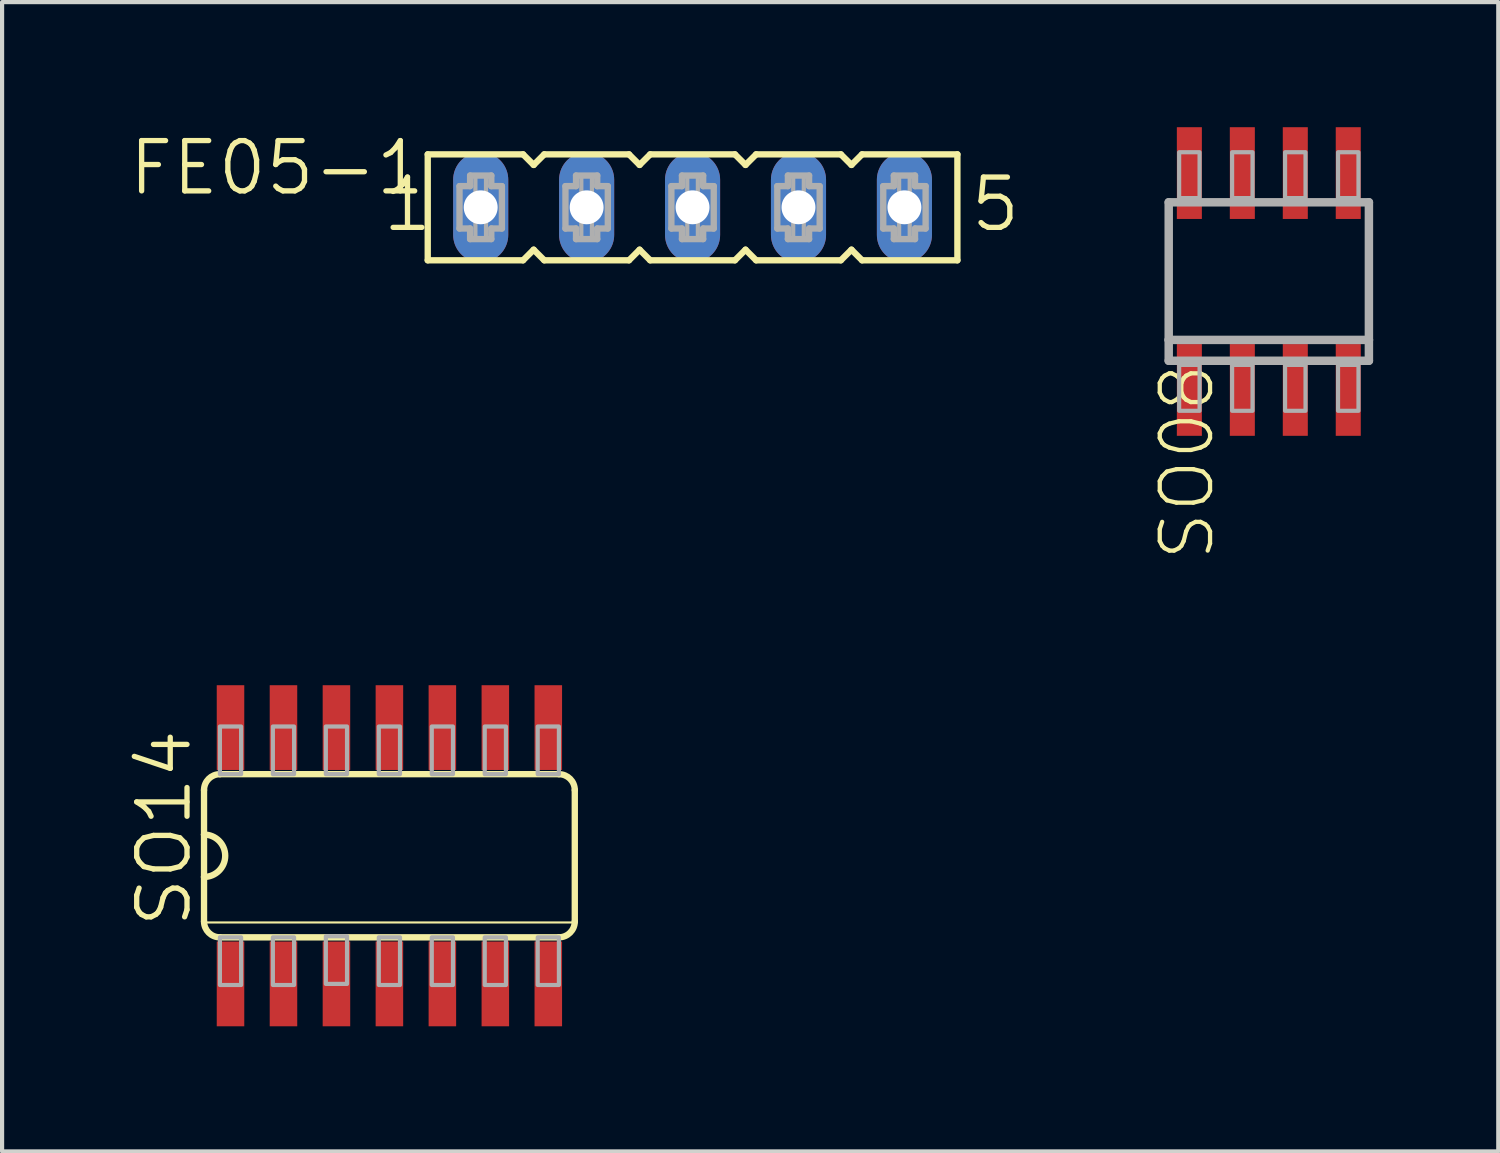
<source format=kicad_pcb>
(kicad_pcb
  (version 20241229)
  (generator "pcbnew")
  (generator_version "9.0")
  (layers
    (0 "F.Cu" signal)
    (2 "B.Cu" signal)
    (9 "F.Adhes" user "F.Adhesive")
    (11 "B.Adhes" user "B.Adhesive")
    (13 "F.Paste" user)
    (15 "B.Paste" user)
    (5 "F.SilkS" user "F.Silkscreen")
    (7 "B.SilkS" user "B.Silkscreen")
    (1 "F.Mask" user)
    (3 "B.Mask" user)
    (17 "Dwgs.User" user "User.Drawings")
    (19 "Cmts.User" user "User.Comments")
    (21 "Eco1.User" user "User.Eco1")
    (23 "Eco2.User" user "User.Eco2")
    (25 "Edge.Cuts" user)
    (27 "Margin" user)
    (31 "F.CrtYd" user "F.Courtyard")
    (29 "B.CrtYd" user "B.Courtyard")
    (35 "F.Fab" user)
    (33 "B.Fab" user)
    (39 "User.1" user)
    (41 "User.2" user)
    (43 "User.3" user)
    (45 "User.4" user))
  (footprint "SO08"
    (layer "F.Cu")
    (at 27.373 3.7)
    (property "Reference" "SO08" (at -2.667 1.905 90) (layer "F.SilkS") (effects (font (size 1.206 1.206) (thickness 0.102)) (justify right top)))
    (attr through_hole)
    (fp_line (start -2.4 -1.9) (end 2.4 -1.9) (stroke (width 0.203) (type solid)) (layer "F.Fab"))
    (fp_line (start -2.4 1.4) (end -2.4 -1.9) (stroke (width 0.203) (type solid)) (layer "F.Fab"))
    (fp_line (start -2.4 1.9) (end -2.4 1.4) (stroke (width 0.203) (type solid)) (layer "F.Fab"))
    (fp_line (start 2.4 -1.9) (end 2.4 1.4) (stroke (width 0.203) (type solid)) (layer "F.Fab"))
    (fp_line (start 2.4 1.4) (end -2.4 1.4) (stroke (width 0.203) (type solid)) (layer "F.Fab"))
    (fp_line (start 2.4 1.4) (end 2.4 1.9) (stroke (width 0.203) (type solid)) (layer "F.Fab"))
    (fp_line (start 2.4 1.9) (end -2.4 1.9) (stroke (width 0.203) (type solid)) (layer "F.Fab"))
    (fp_poly (pts (xy -2.15 -2) (xy -1.66 -2) (xy -1.66 -3.1) (xy -2.15 -3.1)) (stroke (width 0.1) (type solid)) (fill no) (layer "F.Fab"))
    (fp_poly (pts (xy -2.15 3.1) (xy -1.66 3.1) (xy -1.66 2) (xy -2.15 2)) (stroke (width 0.1) (type solid)) (fill no) (layer "F.Fab"))
    (fp_poly (pts (xy -0.88 -2) (xy -0.39 -2) (xy -0.39 -3.1) (xy -0.88 -3.1)) (stroke (width 0.1) (type solid)) (fill no) (layer "F.Fab"))
    (fp_poly (pts (xy -0.88 3.1) (xy -0.39 3.1) (xy -0.39 2) (xy -0.88 2)) (stroke (width 0.1) (type solid)) (fill no) (layer "F.Fab"))
    (fp_poly (pts (xy 0.39 -2) (xy 0.88 -2) (xy 0.88 -3.1) (xy 0.39 -3.1)) (stroke (width 0.1) (type solid)) (fill no) (layer "F.Fab"))
    (fp_poly (pts (xy 0.39 3.1) (xy 0.88 3.1) (xy 0.88 2) (xy 0.39 2)) (stroke (width 0.1) (type solid)) (fill no) (layer "F.Fab"))
    (fp_poly (pts (xy 1.66 -2) (xy 2.15 -2) (xy 2.15 -3.1) (xy 1.66 -3.1)) (stroke (width 0.1) (type solid)) (fill no) (layer "F.Fab"))
    (fp_poly (pts (xy 1.66 3.1) (xy 2.15 3.1) (xy 2.15 2) (xy 1.66 2)) (stroke (width 0.1) (type solid)) (fill no) (layer "F.Fab"))
    (pad "1" smd rect (at -1.905 2.6) (size 0.6 2.2) (layers "F.Cu" "F.Mask" "F.Paste"))
    (pad "2" smd rect (at -0.635 2.6) (size 0.6 2.2) (layers "F.Cu" "F.Mask" "F.Paste"))
    (pad "3" smd rect (at 0.635 2.6) (size 0.6 2.2) (layers "F.Cu" "F.Mask" "F.Paste"))
    (pad "4" smd rect (at 1.905 2.6) (size 0.6 2.2) (layers "F.Cu" "F.Mask" "F.Paste"))
    (pad "5" smd rect (at 1.905 -2.6) (size 0.6 2.2) (layers "F.Cu" "F.Mask" "F.Paste"))
    (pad "6" smd rect (at 0.635 -2.6) (size 0.6 2.2) (layers "F.Cu" "F.Mask" "F.Paste"))
    (pad "7" smd rect (at -0.635 -2.6) (size 0.6 2.2) (layers "F.Cu" "F.Mask" "F.Paste"))
    (pad "8" smd rect (at -1.905 -2.6) (size 0.6 2.2) (layers "F.Cu" "F.Mask" "F.Paste")))
  (footprint "SO14"
    (layer "F.Cu")
    (at 6.287 17.469)
    (property "Reference" "SO14" (at -4.699 1.778 90) (layer "F.SilkS") (effects (font (size 1.206 1.206) (thickness 0.127)) (justify left bottom)))
    (attr through_hole)
    (fp_line (start -4.445 -1.575) (end -4.445 -0.508) (stroke (width 0.152) (type solid)) (layer "F.SilkS"))
    (fp_line (start -4.445 -0.508) (end -4.445 0.508) (stroke (width 0.152) (type solid)) (layer "F.SilkS"))
    (fp_line (start -4.445 0.508) (end -4.445 1.575) (stroke (width 0.152) (type solid)) (layer "F.SilkS"))
    (fp_line (start -4.445 1.6) (end 4.445 1.6) (stroke (width 0.051) (type solid)) (layer "F.SilkS"))
    (fp_line (start -4.064 1.956) (end 4.064 1.956) (stroke (width 0.152) (type solid)) (layer "F.SilkS"))
    (fp_line (start 4.064 -1.956) (end -4.064 -1.956) (stroke (width 0.152) (type solid)) (layer "F.SilkS"))
    (fp_line (start 4.445 1.575) (end 4.445 -1.575) (stroke (width 0.152) (type solid)) (layer "F.SilkS"))
    (fp_arc (start -4.445 -1.5748) (mid -4.333408 -1.844208) (end -4.064 -1.9558) (stroke (width 0.1524) (type solid)) (layer "F.SilkS"))
    (fp_arc (start -4.445 -0.508) (mid -3.937 0) (end -4.445 0.508) (stroke (width 0.1524) (type solid)) (layer "F.SilkS"))
    (fp_arc (start -4.064 1.9558) (mid -4.333408 1.844208) (end -4.445 1.5748) (stroke (width 0.1524) (type solid)) (layer "F.SilkS"))
    (fp_arc (start 4.064 -1.9558) (mid 4.333408 -1.844208) (end 4.445 -1.5748) (stroke (width 0.1524) (type solid)) (layer "F.SilkS"))
    (fp_arc (start 4.445 1.5748) (mid 4.333408 1.844208) (end 4.064 1.9558) (stroke (width 0.1524) (type solid)) (layer "F.SilkS"))
    (fp_poly (pts (xy -4.064 -1.956) (xy -3.556 -1.956) (xy -3.556 -3.099) (xy -4.064 -3.099)) (stroke (width 0.1) (type solid)) (fill no) (layer "F.Fab"))
    (fp_poly (pts (xy -4.064 3.099) (xy -3.556 3.099) (xy -3.556 1.956) (xy -4.064 1.956)) (stroke (width 0.1) (type solid)) (fill no) (layer "F.Fab"))
    (fp_poly (pts (xy -2.794 -1.956) (xy -2.286 -1.956) (xy -2.286 -3.099) (xy -2.794 -3.099)) (stroke (width 0.1) (type solid)) (fill no) (layer "F.Fab"))
    (fp_poly (pts (xy -2.794 3.099) (xy -2.286 3.099) (xy -2.286 1.956) (xy -2.794 1.956)) (stroke (width 0.1) (type solid)) (fill no) (layer "F.Fab"))
    (fp_poly (pts (xy -1.524 -1.956) (xy -1.016 -1.956) (xy -1.016 -3.099) (xy -1.524 -3.099)) (stroke (width 0.1) (type solid)) (fill no) (layer "F.Fab"))
    (fp_poly (pts (xy -1.524 3.073) (xy -1.016 3.073) (xy -1.016 1.93) (xy -1.524 1.93)) (stroke (width 0.1) (type solid)) (fill no) (layer "F.Fab"))
    (fp_poly (pts (xy -0.254 -1.956) (xy 0.254 -1.956) (xy 0.254 -3.099) (xy -0.254 -3.099)) (stroke (width 0.1) (type solid)) (fill no) (layer "F.Fab"))
    (fp_poly (pts (xy -0.254 3.099) (xy 0.254 3.099) (xy 0.254 1.956) (xy -0.254 1.956)) (stroke (width 0.1) (type solid)) (fill no) (layer "F.Fab"))
    (fp_poly (pts (xy 1.016 -1.956) (xy 1.524 -1.956) (xy 1.524 -3.099) (xy 1.016 -3.099)) (stroke (width 0.1) (type solid)) (fill no) (layer "F.Fab"))
    (fp_poly (pts (xy 1.016 3.099) (xy 1.524 3.099) (xy 1.524 1.956) (xy 1.016 1.956)) (stroke (width 0.1) (type solid)) (fill no) (layer "F.Fab"))
    (fp_poly (pts (xy 2.286 -1.956) (xy 2.794 -1.956) (xy 2.794 -3.099) (xy 2.286 -3.099)) (stroke (width 0.1) (type solid)) (fill no) (layer "F.Fab"))
    (fp_poly (pts (xy 2.286 3.099) (xy 2.794 3.099) (xy 2.794 1.956) (xy 2.286 1.956)) (stroke (width 0.1) (type solid)) (fill no) (layer "F.Fab"))
    (fp_poly (pts (xy 3.556 -1.956) (xy 4.064 -1.956) (xy 4.064 -3.099) (xy 3.556 -3.099)) (stroke (width 0.1) (type solid)) (fill no) (layer "F.Fab"))
    (fp_poly (pts (xy 3.556 3.099) (xy 4.064 3.099) (xy 4.064 1.956) (xy 3.556 1.956)) (stroke (width 0.1) (type solid)) (fill no) (layer "F.Fab"))
    (pad "1" smd rect (at -3.81 3.073) (size 0.66 2.032) (layers "F.Cu" "F.Mask" "F.Paste"))
    (pad "2" smd rect (at -2.54 3.073) (size 0.66 2.032) (layers "F.Cu" "F.Mask" "F.Paste"))
    (pad "3" smd rect (at -1.27 3.073) (size 0.66 2.032) (layers "F.Cu" "F.Mask" "F.Paste"))
    (pad "4" smd rect (at 0 3.073) (size 0.66 2.032) (layers "F.Cu" "F.Mask" "F.Paste"))
    (pad "5" smd rect (at 1.27 3.073) (size 0.66 2.032) (layers "F.Cu" "F.Mask" "F.Paste"))
    (pad "6" smd rect (at 2.54 3.073) (size 0.66 2.032) (layers "F.Cu" "F.Mask" "F.Paste"))
    (pad "7" smd rect (at 3.81 3.073) (size 0.66 2.032) (layers "F.Cu" "F.Mask" "F.Paste"))
    (pad "8" smd rect (at 3.81 -3.073) (size 0.66 2.032) (layers "F.Cu" "F.Mask" "F.Paste"))
    (pad "9" smd rect (at 2.54 -3.073) (size 0.66 2.032) (layers "F.Cu" "F.Mask" "F.Paste"))
    (pad "10" smd rect (at 1.27 -3.073) (size 0.66 2.032) (layers "F.Cu" "F.Mask" "F.Paste"))
    (pad "11" smd rect (at 0 -3.073) (size 0.66 2.032) (layers "F.Cu" "F.Mask" "F.Paste"))
    (pad "12" smd rect (at -1.27 -3.073) (size 0.66 2.032) (layers "F.Cu" "F.Mask" "F.Paste"))
    (pad "13" smd rect (at -2.54 -3.073) (size 0.66 2.032) (layers "F.Cu" "F.Mask" "F.Paste"))
    (pad "14" smd rect (at -3.81 -3.073) (size 0.66 2.032) (layers "F.Cu" "F.Mask" "F.Paste")))
  (footprint "FE05-1"
    (layer "F.Cu")
    (at 13.556 1.921)
    (property "Reference" "FE05-1" (at -6.35 -1.651 0) (layer "F.SilkS") (effects (font (size 1.206 1.206) (thickness 0.127)) (justify right top)))
    (attr through_hole)
    (fp_line (start -6.35 -1.27) (end -6.35 1.27) (stroke (width 0.152) (type solid)) (layer "F.SilkS"))
    (fp_line (start -6.35 1.27) (end -4.064 1.27) (stroke (width 0.152) (type solid)) (layer "F.SilkS"))
    (fp_line (start -4.064 -1.27) (end -6.35 -1.27) (stroke (width 0.152) (type solid)) (layer "F.SilkS"))
    (fp_line (start -4.064 1.27) (end -3.81 1.016) (stroke (width 0.152) (type solid)) (layer "F.SilkS"))
    (fp_line (start -3.81 -1.016) (end -4.064 -1.27) (stroke (width 0.152) (type solid)) (layer "F.SilkS"))
    (fp_line (start -3.81 1.016) (end -3.556 1.27) (stroke (width 0.152) (type solid)) (layer "F.SilkS"))
    (fp_line (start -3.556 -1.27) (end -3.81 -1.016) (stroke (width 0.152) (type solid)) (layer "F.SilkS"))
    (fp_line (start -3.556 1.27) (end -1.524 1.27) (stroke (width 0.152) (type solid)) (layer "F.SilkS"))
    (fp_line (start -1.524 -1.27) (end -3.556 -1.27) (stroke (width 0.152) (type solid)) (layer "F.SilkS"))
    (fp_line (start -1.524 1.27) (end -1.27 1.016) (stroke (width 0.152) (type solid)) (layer "F.SilkS"))
    (fp_line (start -1.27 -1.016) (end -1.524 -1.27) (stroke (width 0.152) (type solid)) (layer "F.SilkS"))
    (fp_line (start -1.27 1.016) (end -1.016 1.27) (stroke (width 0.152) (type solid)) (layer "F.SilkS"))
    (fp_line (start -1.016 -1.27) (end -1.27 -1.016) (stroke (width 0.152) (type solid)) (layer "F.SilkS"))
    (fp_line (start -1.016 1.27) (end 1.016 1.27) (stroke (width 0.152) (type solid)) (layer "F.SilkS"))
    (fp_line (start 1.016 -1.27) (end -1.016 -1.27) (stroke (width 0.152) (type solid)) (layer "F.SilkS"))
    (fp_line (start 1.016 1.27) (end 1.27 1.016) (stroke (width 0.152) (type solid)) (layer "F.SilkS"))
    (fp_line (start 1.27 -1.016) (end 1.016 -1.27) (stroke (width 0.152) (type solid)) (layer "F.SilkS"))
    (fp_line (start 1.27 1.016) (end 1.524 1.27) (stroke (width 0.152) (type solid)) (layer "F.SilkS"))
    (fp_line (start 1.524 -1.27) (end 1.27 -1.016) (stroke (width 0.152) (type solid)) (layer "F.SilkS"))
    (fp_line (start 1.524 1.27) (end 3.556 1.27) (stroke (width 0.152) (type solid)) (layer "F.SilkS"))
    (fp_line (start 3.556 -1.27) (end 1.524 -1.27) (stroke (width 0.152) (type solid)) (layer "F.SilkS"))
    (fp_line (start 3.556 1.27) (end 3.81 1.016) (stroke (width 0.152) (type solid)) (layer "F.SilkS"))
    (fp_line (start 3.81 -1.016) (end 3.556 -1.27) (stroke (width 0.152) (type solid)) (layer "F.SilkS"))
    (fp_line (start 3.81 1.016) (end 4.064 1.27) (stroke (width 0.152) (type solid)) (layer "F.SilkS"))
    (fp_line (start 4.064 -1.27) (end 3.81 -1.016) (stroke (width 0.152) (type solid)) (layer "F.SilkS"))
    (fp_line (start 4.064 1.27) (end 6.35 1.27) (stroke (width 0.152) (type solid)) (layer "F.SilkS"))
    (fp_line (start 6.35 -1.27) (end 4.064 -1.27) (stroke (width 0.152) (type solid)) (layer "F.SilkS"))
    (fp_line (start 6.35 1.27) (end 6.35 -1.27) (stroke (width 0.152) (type solid)) (layer "F.SilkS"))
    (fp_line (start -5.588 -0.508) (end -5.588 0.508) (stroke (width 0.152) (type solid)) (layer "F.Fab"))
    (fp_line (start -5.588 0.508) (end -5.334 0.508) (stroke (width 0.152) (type solid)) (layer "F.Fab"))
    (fp_line (start -5.334 -0.762) (end -5.334 -0.508) (stroke (width 0.152) (type solid)) (layer "F.Fab"))
    (fp_line (start -5.334 -0.508) (end -5.588 -0.508) (stroke (width 0.152) (type solid)) (layer "F.Fab"))
    (fp_line (start -5.334 0.508) (end -5.334 0.762) (stroke (width 0.152) (type solid)) (layer "F.Fab"))
    (fp_line (start -5.334 0.762) (end -4.826 0.762) (stroke (width 0.152) (type solid)) (layer "F.Fab"))
    (fp_line (start -4.826 -0.762) (end -5.334 -0.762) (stroke (width 0.152) (type solid)) (layer "F.Fab"))
    (fp_line (start -4.826 -0.508) (end -4.826 -0.762) (stroke (width 0.152) (type solid)) (layer "F.Fab"))
    (fp_line (start -4.826 0.508) (end -4.572 0.508) (stroke (width 0.152) (type solid)) (layer "F.Fab"))
    (fp_line (start -4.826 0.762) (end -4.826 0.508) (stroke (width 0.152) (type solid)) (layer "F.Fab"))
    (fp_line (start -4.572 -0.508) (end -4.826 -0.508) (stroke (width 0.152) (type solid)) (layer "F.Fab"))
    (fp_line (start -4.572 0.508) (end -4.572 -0.508) (stroke (width 0.152) (type solid)) (layer "F.Fab"))
    (fp_line (start -3.048 -0.508) (end -3.048 0.508) (stroke (width 0.152) (type solid)) (layer "F.Fab"))
    (fp_line (start -3.048 0.508) (end -2.794 0.508) (stroke (width 0.152) (type solid)) (layer "F.Fab"))
    (fp_line (start -2.794 -0.762) (end -2.794 -0.508) (stroke (width 0.152) (type solid)) (layer "F.Fab"))
    (fp_line (start -2.794 -0.508) (end -3.048 -0.508) (stroke (width 0.152) (type solid)) (layer "F.Fab"))
    (fp_line (start -2.794 0.508) (end -2.794 0.762) (stroke (width 0.152) (type solid)) (layer "F.Fab"))
    (fp_line (start -2.794 0.762) (end -2.286 0.762) (stroke (width 0.152) (type solid)) (layer "F.Fab"))
    (fp_line (start -2.286 -0.762) (end -2.794 -0.762) (stroke (width 0.152) (type solid)) (layer "F.Fab"))
    (fp_line (start -2.286 -0.508) (end -2.286 -0.762) (stroke (width 0.152) (type solid)) (layer "F.Fab"))
    (fp_line (start -2.286 0.508) (end -2.032 0.508) (stroke (width 0.152) (type solid)) (layer "F.Fab"))
    (fp_line (start -2.286 0.762) (end -2.286 0.508) (stroke (width 0.152) (type solid)) (layer "F.Fab"))
    (fp_line (start -2.032 -0.508) (end -2.286 -0.508) (stroke (width 0.152) (type solid)) (layer "F.Fab"))
    (fp_line (start -2.032 0.508) (end -2.032 -0.508) (stroke (width 0.152) (type solid)) (layer "F.Fab"))
    (fp_line (start -0.508 -0.508) (end -0.508 0.508) (stroke (width 0.152) (type solid)) (layer "F.Fab"))
    (fp_line (start -0.508 0.508) (end -0.254 0.508) (stroke (width 0.152) (type solid)) (layer "F.Fab"))
    (fp_line (start -0.254 -0.762) (end -0.254 -0.508) (stroke (width 0.152) (type solid)) (layer "F.Fab"))
    (fp_line (start -0.254 -0.508) (end -0.508 -0.508) (stroke (width 0.152) (type solid)) (layer "F.Fab"))
    (fp_line (start -0.254 0.508) (end -0.254 0.762) (stroke (width 0.152) (type solid)) (layer "F.Fab"))
    (fp_line (start -0.254 0.762) (end 0.254 0.762) (stroke (width 0.152) (type solid)) (layer "F.Fab"))
    (fp_line (start 0.254 -0.762) (end -0.254 -0.762) (stroke (width 0.152) (type solid)) (layer "F.Fab"))
    (fp_line (start 0.254 -0.508) (end 0.254 -0.762) (stroke (width 0.152) (type solid)) (layer "F.Fab"))
    (fp_line (start 0.254 0.508) (end 0.508 0.508) (stroke (width 0.152) (type solid)) (layer "F.Fab"))
    (fp_line (start 0.254 0.762) (end 0.254 0.508) (stroke (width 0.152) (type solid)) (layer "F.Fab"))
    (fp_line (start 0.508 -0.508) (end 0.254 -0.508) (stroke (width 0.152) (type solid)) (layer "F.Fab"))
    (fp_line (start 0.508 0.508) (end 0.508 -0.508) (stroke (width 0.152) (type solid)) (layer "F.Fab"))
    (fp_line (start 2.032 -0.508) (end 2.032 0.508) (stroke (width 0.152) (type solid)) (layer "F.Fab"))
    (fp_line (start 2.032 0.508) (end 2.286 0.508) (stroke (width 0.152) (type solid)) (layer "F.Fab"))
    (fp_line (start 2.286 -0.762) (end 2.286 -0.508) (stroke (width 0.152) (type solid)) (layer "F.Fab"))
    (fp_line (start 2.286 -0.508) (end 2.032 -0.508) (stroke (width 0.152) (type solid)) (layer "F.Fab"))
    (fp_line (start 2.286 0.508) (end 2.286 0.762) (stroke (width 0.152) (type solid)) (layer "F.Fab"))
    (fp_line (start 2.286 0.762) (end 2.794 0.762) (stroke (width 0.152) (type solid)) (layer "F.Fab"))
    (fp_line (start 2.794 -0.762) (end 2.286 -0.762) (stroke (width 0.152) (type solid)) (layer "F.Fab"))
    (fp_line (start 2.794 -0.508) (end 2.794 -0.762) (stroke (width 0.152) (type solid)) (layer "F.Fab"))
    (fp_line (start 2.794 0.508) (end 3.048 0.508) (stroke (width 0.152) (type solid)) (layer "F.Fab"))
    (fp_line (start 2.794 0.762) (end 2.794 0.508) (stroke (width 0.152) (type solid)) (layer "F.Fab"))
    (fp_line (start 3.048 -0.508) (end 2.794 -0.508) (stroke (width 0.152) (type solid)) (layer "F.Fab"))
    (fp_line (start 3.048 0.508) (end 3.048 -0.508) (stroke (width 0.152) (type solid)) (layer "F.Fab"))
    (fp_line (start 4.572 -0.508) (end 4.572 0.508) (stroke (width 0.152) (type solid)) (layer "F.Fab"))
    (fp_line (start 4.572 0.508) (end 4.826 0.508) (stroke (width 0.152) (type solid)) (layer "F.Fab"))
    (fp_line (start 4.826 -0.762) (end 4.826 -0.508) (stroke (width 0.152) (type solid)) (layer "F.Fab"))
    (fp_line (start 4.826 -0.508) (end 4.572 -0.508) (stroke (width 0.152) (type solid)) (layer "F.Fab"))
    (fp_line (start 4.826 0.508) (end 4.826 0.762) (stroke (width 0.152) (type solid)) (layer "F.Fab"))
    (fp_line (start 4.826 0.762) (end 5.334 0.762) (stroke (width 0.152) (type solid)) (layer "F.Fab"))
    (fp_line (start 5.334 -0.762) (end 4.826 -0.762) (stroke (width 0.152) (type solid)) (layer "F.Fab"))
    (fp_line (start 5.334 -0.508) (end 5.334 -0.762) (stroke (width 0.152) (type solid)) (layer "F.Fab"))
    (fp_line (start 5.334 0.508) (end 5.588 0.508) (stroke (width 0.152) (type solid)) (layer "F.Fab"))
    (fp_line (start 5.334 0.762) (end 5.334 0.508) (stroke (width 0.152) (type solid)) (layer "F.Fab"))
    (fp_line (start 5.588 -0.508) (end 5.334 -0.508) (stroke (width 0.152) (type solid)) (layer "F.Fab"))
    (fp_line (start 5.588 0.508) (end 5.588 -0.508) (stroke (width 0.152) (type solid)) (layer "F.Fab"))
    (fp_poly (pts (xy -5.207 -0.254) (xy -4.953 -0.254) (xy -4.953 -0.762) (xy -5.207 -0.762)) (stroke (width 0.1) (type solid)) (fill no) (layer "F.Fab"))
    (fp_poly (pts (xy -5.207 0.762) (xy -4.953 0.762) (xy -4.953 0.254) (xy -5.207 0.254)) (stroke (width 0.1) (type solid)) (fill no) (layer "F.Fab"))
    (fp_poly (pts (xy -2.667 -0.254) (xy -2.413 -0.254) (xy -2.413 -0.762) (xy -2.667 -0.762)) (stroke (width 0.1) (type solid)) (fill no) (layer "F.Fab"))
    (fp_poly (pts (xy -2.667 0.762) (xy -2.413 0.762) (xy -2.413 0.254) (xy -2.667 0.254)) (stroke (width 0.1) (type solid)) (fill no) (layer "F.Fab"))
    (fp_poly (pts (xy -0.127 -0.254) (xy 0.127 -0.254) (xy 0.127 -0.762) (xy -0.127 -0.762)) (stroke (width 0.1) (type solid)) (fill no) (layer "F.Fab"))
    (fp_poly (pts (xy -0.127 0.762) (xy 0.127 0.762) (xy 0.127 0.254) (xy -0.127 0.254)) (stroke (width 0.1) (type solid)) (fill no) (layer "F.Fab"))
    (fp_poly (pts (xy 2.413 -0.254) (xy 2.667 -0.254) (xy 2.667 -0.762) (xy 2.413 -0.762)) (stroke (width 0.1) (type solid)) (fill no) (layer "F.Fab"))
    (fp_poly (pts (xy 2.413 0.762) (xy 2.667 0.762) (xy 2.667 0.254) (xy 2.413 0.254)) (stroke (width 0.1) (type solid)) (fill no) (layer "F.Fab"))
    (fp_poly (pts (xy 4.953 -0.254) (xy 5.207 -0.254) (xy 5.207 -0.762) (xy 4.953 -0.762)) (stroke (width 0.1) (type solid)) (fill no) (layer "F.Fab"))
    (fp_poly (pts (xy 4.953 0.762) (xy 5.207 0.762) (xy 5.207 0.254) (xy 4.953 0.254)) (stroke (width 0.1) (type solid)) (fill no) (layer "F.Fab"))
    (fp_text user "5" (at 6.604 0.635 0) (layer "F.SilkS") (effects (font (size 1.206 1.206) (thickness 0.127)) (justify left bottom)))
    (fp_text user "1" (at -7.493 0.635 0) (layer "F.SilkS") (effects (font (size 1.206 1.206) (thickness 0.127)) (justify left bottom)))
    (pad "1" thru_hole oval (at -5.08 0 90) (size 2.642 1.321) (drill 0.813) (layers "*.Cu" "*.Mask"))
    (pad "2" thru_hole oval (at -2.54 0 90) (size 2.642 1.321) (drill 0.813) (layers "*.Cu" "*.Mask"))
    (pad "3" thru_hole oval (at 0 0 90) (size 2.642 1.321) (drill 0.813) (layers "*.Cu" "*.Mask"))
    (pad "4" thru_hole oval (at 2.54 0 90) (size 2.642 1.321) (drill 0.813) (layers "*.Cu" "*.Mask"))
    (pad "5" thru_hole oval (at 5.08 0 90) (size 2.642 1.321) (drill 0.813) (layers "*.Cu" "*.Mask")))
  (gr_rect
    (start -3 -3)
    (end 32.875 24.558)
    (stroke (width 0.1) (type default))
    (fill no)
    (layer "Edge.Cuts")))
</source>
